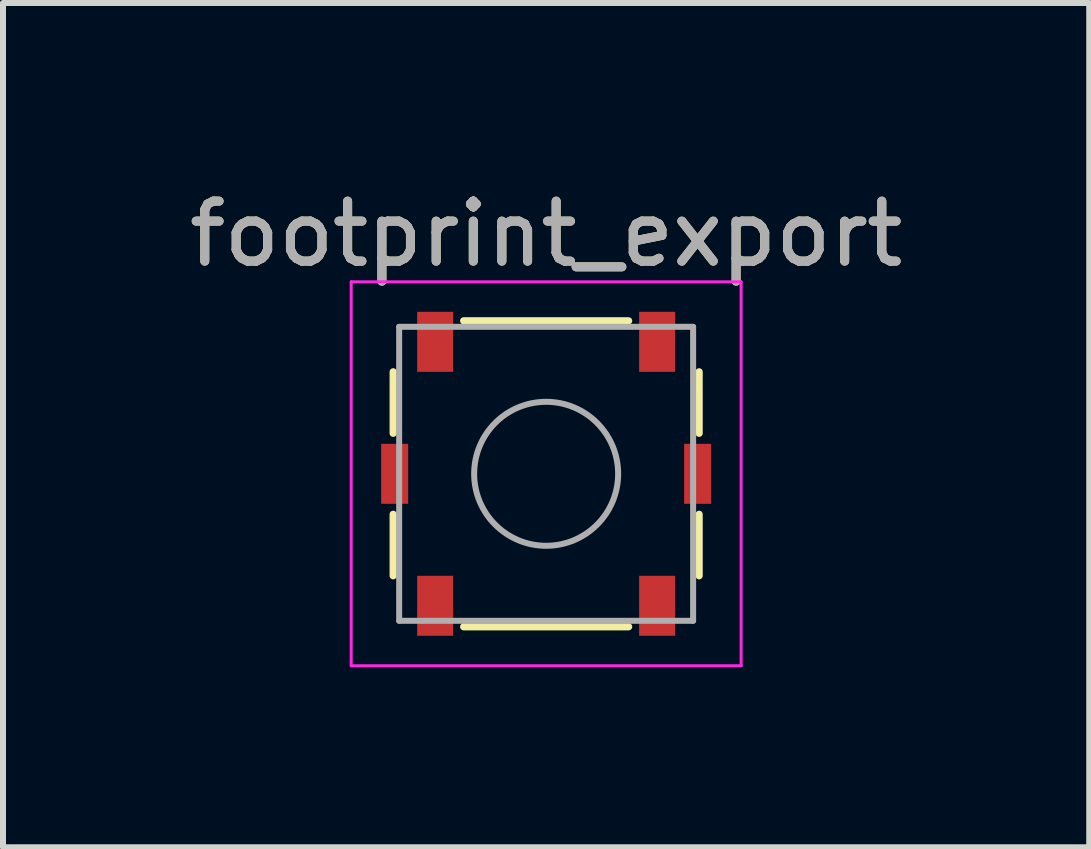
<source format=kicad_pcb>
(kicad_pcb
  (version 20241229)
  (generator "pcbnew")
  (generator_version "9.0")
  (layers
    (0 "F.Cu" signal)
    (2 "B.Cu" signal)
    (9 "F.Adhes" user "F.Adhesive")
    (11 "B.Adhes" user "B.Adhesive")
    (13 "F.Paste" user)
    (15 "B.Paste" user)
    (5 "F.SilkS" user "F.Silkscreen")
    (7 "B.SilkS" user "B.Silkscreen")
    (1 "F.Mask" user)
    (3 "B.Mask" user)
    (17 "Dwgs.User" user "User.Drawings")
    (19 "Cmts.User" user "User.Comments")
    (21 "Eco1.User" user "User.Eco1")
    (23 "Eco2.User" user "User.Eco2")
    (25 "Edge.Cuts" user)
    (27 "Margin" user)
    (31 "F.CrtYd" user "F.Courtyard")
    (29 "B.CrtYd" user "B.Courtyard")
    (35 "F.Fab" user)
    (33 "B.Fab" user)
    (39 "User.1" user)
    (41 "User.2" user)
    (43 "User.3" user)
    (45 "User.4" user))
  (footprint "footprint_export"
    (layer "F.Cu")
    (at 6.054 4.848)
    (property "Reference" "footprint_export" (at 0 -4 0) (layer "F.SilkS") (effects (font (size 1 1) (thickness 0.15))))
    (attr smd)
    (fp_line (start -2.55 -1.7) (end -2.55 -0.675) (stroke (width 0.12) (type solid)) (layer "F.SilkS"))
    (fp_line (start -2.55 0.675) (end -2.55 1.7) (stroke (width 0.12) (type solid)) (layer "F.SilkS"))
    (fp_line (start -1.375 -2.55) (end 1.375 -2.55) (stroke (width 0.12) (type solid)) (layer "F.SilkS"))
    (fp_line (start -1.375 2.55) (end 1.375 2.55) (stroke (width 0.12) (type solid)) (layer "F.SilkS"))
    (fp_line (start 2.55 -1.7) (end 2.55 -0.675) (stroke (width 0.12) (type solid)) (layer "F.SilkS"))
    (fp_line (start 2.55 0.675) (end 2.55 1.7) (stroke (width 0.12) (type solid)) (layer "F.SilkS"))
    (fp_line (start -3.25 -3.2) (end 3.25 -3.2) (stroke (width 0.05) (type solid)) (layer "F.CrtYd"))
    (fp_line (start -3.25 3.2) (end -3.25 -3.2) (stroke (width 0.05) (type solid)) (layer "F.CrtYd"))
    (fp_line (start -3.25 3.2) (end 3.25 3.2) (stroke (width 0.05) (type solid)) (layer "F.CrtYd"))
    (fp_line (start 3.25 3.2) (end 3.25 -3.2) (stroke (width 0.05) (type solid)) (layer "F.CrtYd"))
    (fp_line (start -2.45 -2.45) (end -2.45 2.45) (stroke (width 0.1) (type solid)) (layer "F.Fab"))
    (fp_line (start -2.45 -2.45) (end 2.45 -2.45) (stroke (width 0.1) (type solid)) (layer "F.Fab"))
    (fp_line (start 2.45 -2.45) (end 2.45 2.45) (stroke (width 0.1) (type solid)) (layer "F.Fab"))
    (fp_line (start 2.45 2.45) (end -2.45 2.45) (stroke (width 0.1) (type solid)) (layer "F.Fab"))
    (fp_circle (center 0 0) (end 1.2 0) (stroke (width 0.1) (type solid)) (fill no) (layer "F.Fab"))
    (fp_text user "${REFERENCE}" (at 0 -4 0) (layer "F.Fab") (effects (font (size 1 1) (thickness 0.15))))
    (pad "0" smd rect (at -2.525 0) (size 0.45 1) (layers "F.Cu" "F.Mask" "F.Paste"))
    (pad "0" smd rect (at 2.525 0) (size 0.45 1) (layers "F.Cu" "F.Mask" "F.Paste"))
    (pad "1" smd rect (at -1.85 -2.2) (size 0.6 1) (layers "F.Cu" "F.Mask" "F.Paste"))
    (pad "1" smd rect (at -1.85 2.2) (size 0.6 1) (layers "F.Cu" "F.Mask" "F.Paste"))
    (pad "2" smd rect (at 1.85 -2.2) (size 0.6 1) (layers "F.Cu" "F.Mask" "F.Paste"))
    (pad "2" smd rect (at 1.85 2.2) (size 0.6 1) (layers "F.Cu" "F.Mask" "F.Paste")))
  (gr_rect
    (start -3 -3)
    (end 15.107 11.073)
    (stroke (width 0.1) (type default))
    (fill no)
    (layer "Edge.Cuts")))
</source>
